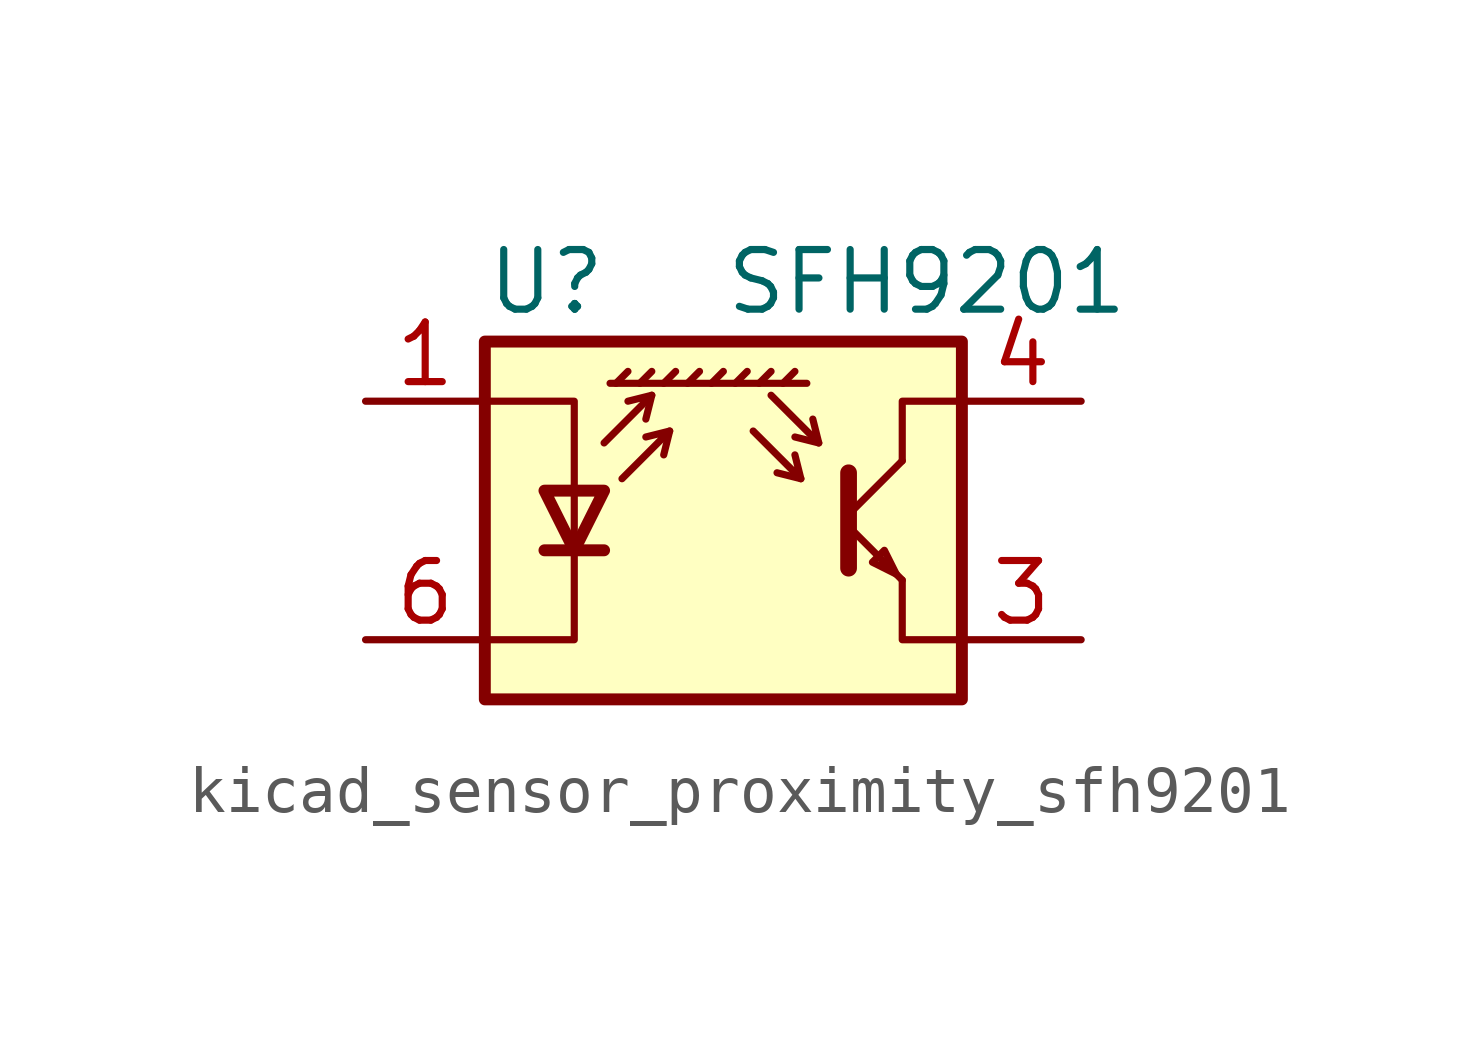
<source format=kicad_sym>
(kicad_symbol_lib
  (version 20220914)
  (generator kicad_symbol_editor)
  (symbol "kicad_sensor_proximity_sfh9201"
    (pin_names
      (offset 0.025) hide)
    (property "Reference" "U"
      (at -5.08 5.08 0)
      (effects (font (size 1.27 1.27)) (justify left)))
    (property "Value" "SFH9201"
      (at 0 5.08 0)
      (effects (font (size 1.27 1.27)) (justify left)))
    (symbol "kicad_sensor_proximity_sfh9201_0_1"
      (polyline (pts (xy -3.81 -0.635) (xy -2.54 -0.635)) (stroke (width 0.254) (type default)) (fill (type none)))
      (polyline (pts (xy -2.286 2.921) (xy -2.032 3.175)) (stroke (width 0) (type default)) (fill (type none)))
      (polyline (pts (xy -1.778 2.921) (xy -1.524 3.175)) (stroke (width 0) (type default)) (fill (type none)))
      (polyline (pts (xy -1.524 2.667) (xy -1.651 2.159)) (stroke (width 0) (type default)) (fill (type none)))
      (polyline (pts (xy -1.27 2.921) (xy -1.016 3.175)) (stroke (width 0) (type default)) (fill (type none)))
      (polyline (pts (xy -1.143 1.905) (xy -1.27 1.397)) (stroke (width 0) (type default)) (fill (type none)))
      (polyline (pts (xy -0.762 2.921) (xy -0.508 3.175)) (stroke (width 0) (type default)) (fill (type none)))
      (polyline (pts (xy -0.254 2.921) (xy 0 3.175)) (stroke (width 0) (type default)) (fill (type none)))
      (polyline (pts (xy 0.254 2.921) (xy 0.508 3.175)) (stroke (width 0) (type default)) (fill (type none)))
      (polyline (pts (xy 0.762 2.921) (xy 1.016 3.175)) (stroke (width 0) (type default)) (fill (type none)))
      (polyline (pts (xy 1.27 2.921) (xy 1.524 3.175)) (stroke (width 0) (type default)) (fill (type none)))
      (polyline (pts (xy 1.651 0.889) (xy 1.143 1.016)) (stroke (width 0) (type default)) (fill (type none)))
      (polyline (pts (xy 1.778 2.921) (xy -2.413 2.921)) (stroke (width 0) (type default)) (fill (type none)))
      (polyline (pts (xy 2.032 1.651) (xy 1.524 1.778)) (stroke (width 0) (type default)) (fill (type none)))
      (polyline (pts (xy 2.667 -0.127) (xy 3.81 -1.27)) (stroke (width 0) (type default)) (fill (type none)))
      (polyline (pts (xy 2.667 0.127) (xy 3.81 1.27)) (stroke (width 0) (type default)) (fill (type none)))
      (polyline (pts (xy -2.54 1.651) (xy -1.524 2.667) (xy -2.032 2.54)) (stroke (width 0) (type default)) (fill (type none)))
      (polyline (pts (xy -2.159 0.889) (xy -1.143 1.905) (xy -1.651 1.778)) (stroke (width 0) (type default)) (fill (type none)))
      (polyline (pts (xy 0.635 1.905) (xy 1.651 0.889) (xy 1.524 1.397)) (stroke (width 0) (type default)) (fill (type none)))
      (polyline (pts (xy 1.016 2.667) (xy 2.032 1.651) (xy 1.905 2.159)) (stroke (width 0) (type default)) (fill (type none)))
      (polyline (pts (xy 2.667 1.016) (xy 2.667 -1.016) (xy 2.667 -1.016)) (stroke (width 0.356) (type default)) (fill (type none)))
      (polyline (pts (xy 3.81 -1.27) (xy 3.81 -2.54) (xy 5.08 -2.54)) (stroke (width 0) (type default)) (fill (type none)))
      (polyline (pts (xy 3.81 1.27) (xy 3.81 2.54) (xy 5.08 2.54)) (stroke (width 0) (type default)) (fill (type none)))
      (polyline (pts (xy -5.08 -2.54) (xy -3.175 -2.54) (xy -3.175 2.54) (xy -5.08 2.54)) (stroke (width 0) (type default)) (fill (type none)))
      (polyline (pts (xy -3.175 -0.635) (xy -3.81 0.635) (xy -2.54 0.635) (xy -3.175 -0.635)) (stroke (width 0.254) (type default)) (fill (type none)))
      (polyline (pts (xy 3.683 -1.143) (xy 3.429 -0.635) (xy 3.175 -0.889) (xy 3.683 -1.143)) (stroke (width 0) (type default)) (fill (type none)))
      (polyline (pts (xy -5.08 -3.81) (xy 5.08 -3.81) (xy 5.08 3.81) (xy -5.08 3.81) (xy -5.08 -3.81)) (stroke (width 0.254) (type default)) (fill (type background))))
    (symbol "kicad_sensor_proximity_sfh9201_1_1"
      (pin passive line (at -7.62 2.54 0) (length 2.54) (name "A" (effects (font (size 1.27 1.27)))) (number "1" (effects (font (size 1.27 1.27)))))
      (pin no_connect line (at -5.08 0 0) (length 2.54) hide (name "NC" (effects (font (size 1.27 1.27)))) (number "2" (effects (font (size 1.27 1.27)))))
      (pin open_emitter line (at 7.62 -2.54 180) (length 2.54) (name "E" (effects (font (size 1.27 1.27)))) (number "3" (effects (font (size 1.27 1.27)))))
      (pin open_collector line (at 7.62 2.54 180) (length 2.54) (name "C" (effects (font (size 1.27 1.27)))) (number "4" (effects (font (size 1.27 1.27)))))
      (pin no_connect line (at 5.08 0 180) (length 2.54) hide (name "NC" (effects (font (size 1.27 1.27)))) (number "5" (effects (font (size 1.27 1.27)))))
      (pin passive line (at -7.62 -2.54 0) (length 2.54) (name "K" (effects (font (size 1.27 1.27)))) (number "6" (effects (font (size 1.27 1.27))))))))
</source>
